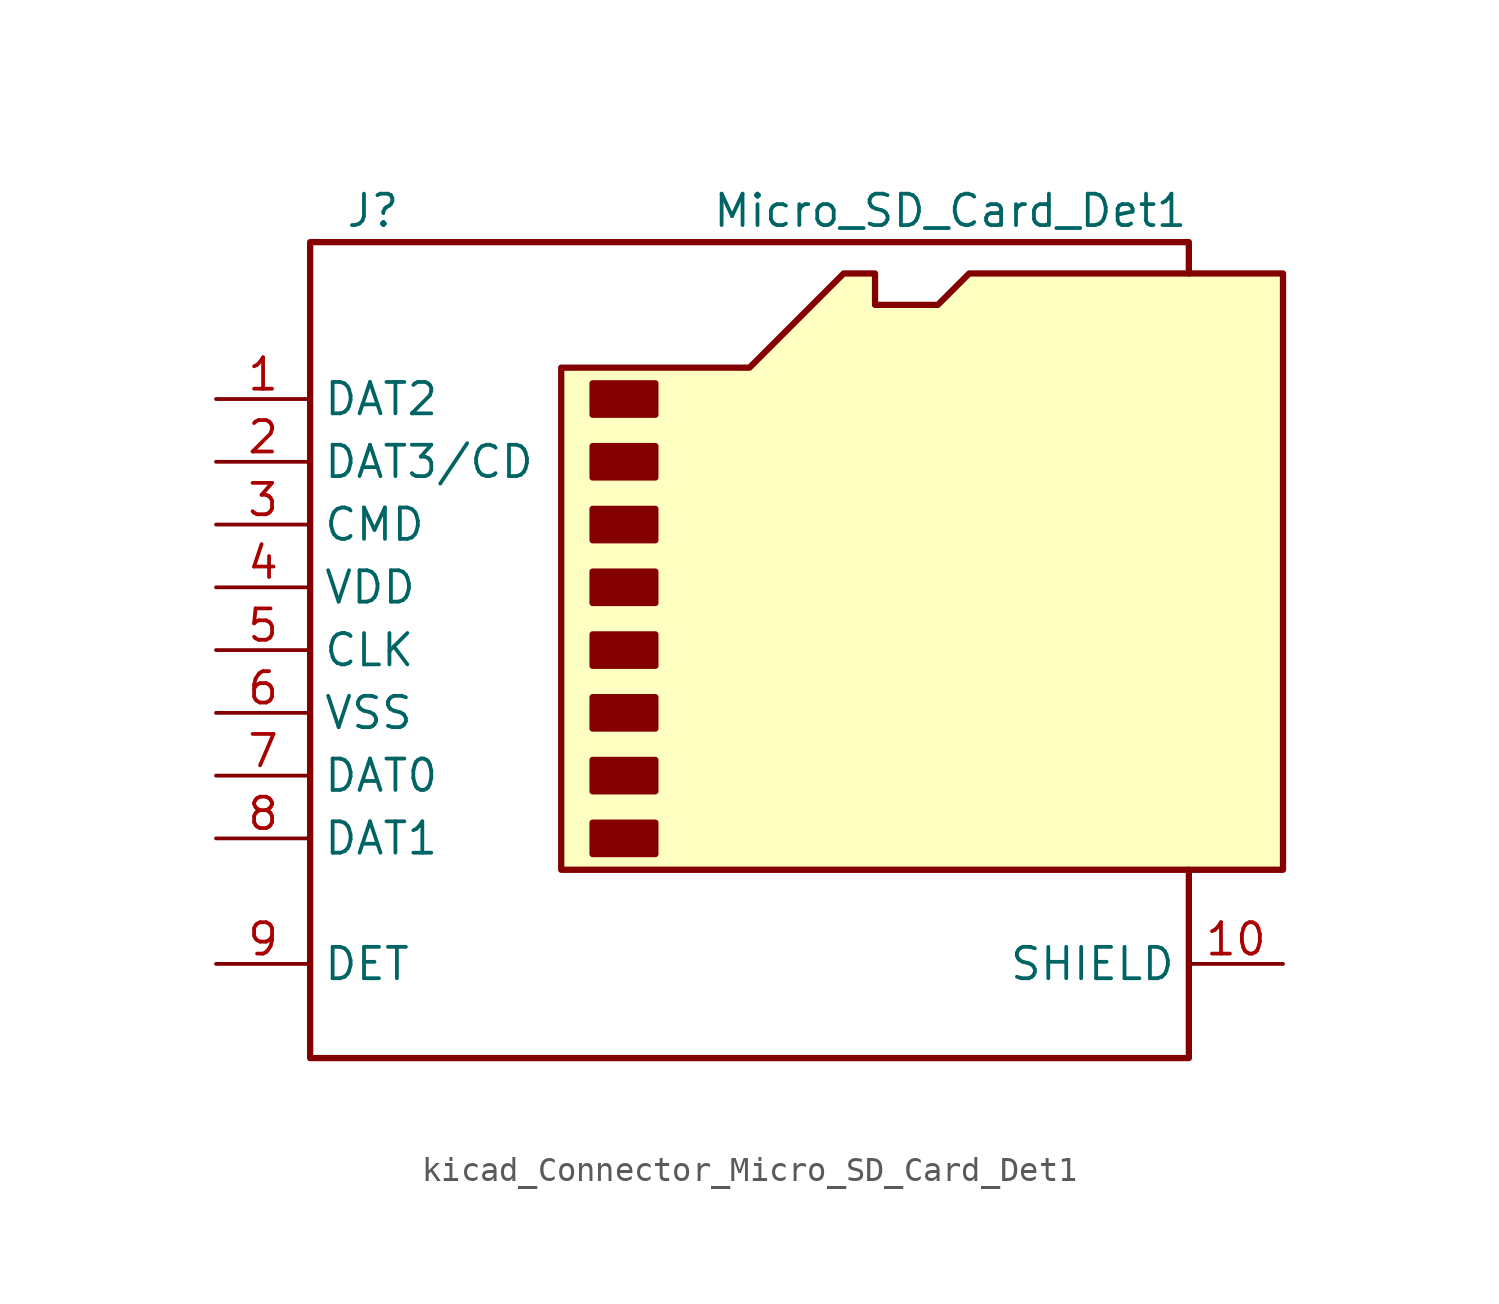
<source format=kicad_sym>
(kicad_symbol_lib
  (version 20220914)
  (generator kicad_symbol_editor)
  (symbol "kicad_Connector_Micro_SD_Card_Det1"
    (property "Reference" "J"
      (at -16.51 17.78 0)
      (effects (font (size 1.27 1.27))))
    (property "Value" "Micro_SD_Card_Det1"
      (at 16.51 17.78 0)
      (effects (font (size 1.27 1.27)) (justify right)))
    (symbol "kicad_Connector_Micro_SD_Card_Det1_0_1"
      (rectangle (start -7.62 -6.985) (end -5.08 -8.255) (stroke (width 0.254) (type default)) (fill (type outline)))
      (rectangle (start -7.62 -4.445) (end -5.08 -5.715) (stroke (width 0.254) (type default)) (fill (type outline)))
      (rectangle (start -7.62 -1.905) (end -5.08 -3.175) (stroke (width 0.254) (type default)) (fill (type outline)))
      (rectangle (start -7.62 0.635) (end -5.08 -0.635) (stroke (width 0.254) (type default)) (fill (type outline)))
      (rectangle (start -7.62 3.175) (end -5.08 1.905) (stroke (width 0.254) (type default)) (fill (type outline)))
      (rectangle (start -7.62 5.715) (end -5.08 4.445) (stroke (width 0.254) (type default)) (fill (type outline)))
      (rectangle (start -7.62 8.255) (end -5.08 6.985) (stroke (width 0.254) (type default)) (fill (type outline)))
      (rectangle (start -7.62 10.795) (end -5.08 9.525) (stroke (width 0.254) (type default)) (fill (type outline)))
      (polyline (pts (xy 16.51 15.24) (xy 16.51 16.51) (xy -19.05 16.51) (xy -19.05 -16.51) (xy 16.51 -16.51) (xy 16.51 -8.89)) (stroke (width 0.254) (type default)) (fill (type none)))
      (polyline (pts (xy -8.89 -8.89) (xy -8.89 11.43) (xy -1.27 11.43) (xy 2.54 15.24) (xy 3.81 15.24) (xy 3.81 13.97) (xy 6.35 13.97) (xy 7.62 15.24) (xy 20.32 15.24) (xy 20.32 -8.89) (xy -8.89 -8.89)) (stroke (width 0.254) (type default)) (fill (type background))))
    (symbol "kicad_Connector_Micro_SD_Card_Det1_1_1"
      (pin bidirectional line (at -22.86 10.16 0) (length 3.81) (name "DAT2" (effects (font (size 1.27 1.27)))) (number "1" (effects (font (size 1.27 1.27)))))
      (pin passive line (at 20.32 -12.7 180) (length 3.81) (name "SHIELD" (effects (font (size 1.27 1.27)))) (number "10" (effects (font (size 1.27 1.27)))))
      (pin bidirectional line (at -22.86 7.62 0) (length 3.81) (name "DAT3/CD" (effects (font (size 1.27 1.27)))) (number "2" (effects (font (size 1.27 1.27)))))
      (pin input line (at -22.86 5.08 0) (length 3.81) (name "CMD" (effects (font (size 1.27 1.27)))) (number "3" (effects (font (size 1.27 1.27)))))
      (pin power_in line (at -22.86 2.54 0) (length 3.81) (name "VDD" (effects (font (size 1.27 1.27)))) (number "4" (effects (font (size 1.27 1.27)))))
      (pin input line (at -22.86 0 0) (length 3.81) (name "CLK" (effects (font (size 1.27 1.27)))) (number "5" (effects (font (size 1.27 1.27)))))
      (pin power_in line (at -22.86 -2.54 0) (length 3.81) (name "VSS" (effects (font (size 1.27 1.27)))) (number "6" (effects (font (size 1.27 1.27)))))
      (pin bidirectional line (at -22.86 -5.08 0) (length 3.81) (name "DAT0" (effects (font (size 1.27 1.27)))) (number "7" (effects (font (size 1.27 1.27)))))
      (pin bidirectional line (at -22.86 -7.62 0) (length 3.81) (name "DAT1" (effects (font (size 1.27 1.27)))) (number "8" (effects (font (size 1.27 1.27)))))
      (pin passive line (at -22.86 -12.7 0) (length 3.81) (name "DET" (effects (font (size 1.27 1.27)))) (number "9" (effects (font (size 1.27 1.27))))))))
</source>
